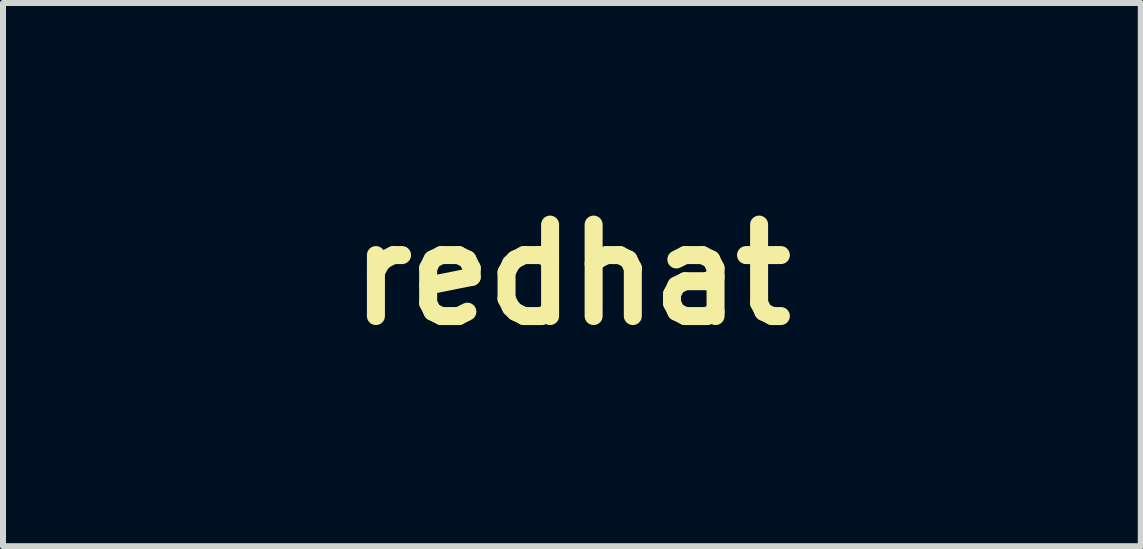
<source format=kicad_pcb>
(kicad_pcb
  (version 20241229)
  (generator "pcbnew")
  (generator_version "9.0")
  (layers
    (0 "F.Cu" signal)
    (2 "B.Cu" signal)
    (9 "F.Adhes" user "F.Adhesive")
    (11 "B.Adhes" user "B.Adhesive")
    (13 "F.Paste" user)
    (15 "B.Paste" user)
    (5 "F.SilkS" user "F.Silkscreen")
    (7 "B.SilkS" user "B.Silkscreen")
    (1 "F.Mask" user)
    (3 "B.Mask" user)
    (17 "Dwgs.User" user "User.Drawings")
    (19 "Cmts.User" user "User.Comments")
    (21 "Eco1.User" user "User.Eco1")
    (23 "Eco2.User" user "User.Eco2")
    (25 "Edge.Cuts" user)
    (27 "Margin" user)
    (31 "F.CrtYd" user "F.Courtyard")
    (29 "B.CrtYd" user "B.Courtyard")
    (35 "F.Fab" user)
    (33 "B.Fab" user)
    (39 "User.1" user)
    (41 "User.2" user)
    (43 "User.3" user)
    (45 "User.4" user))
  (footprint "redhat"
    (layer "F.Cu")
    (at 6.481 1.528)
    (property "Reference" "redhat" (at 0 0 0) (layer "F.SilkS") (effects (font (size 1.524 1.524) (thickness 0.3))))
    (attr through_hole)
    (fp_poly (pts (xy 4.223 -0.773) (xy 4.223 0.794) (xy 3.842 0.794) (xy 3.842 0.18) (xy 3.207 0.18) (xy 3.204 0.484) (xy 3.201 0.788) (xy 3.008 0.791) (xy 2.815 0.794) (xy 2.815 -0.773) (xy 3.207 -0.773) (xy 3.207 -0.169) (xy 3.836 -0.175) (xy 3.839 -0.474) (xy 3.842 -0.773) (xy 4.032 -0.773) (xy 4.223 -0.773)) (stroke (width 0.01) (type solid)) (fill no) (layer "Eco2.User"))
    (fp_poly (pts (xy 6.149 -0.392) (xy 6.477 -0.392) (xy 6.477 -0.085) (xy 6.149 -0.085) (xy 6.149 0.164) (xy 6.149 0.259) (xy 6.151 0.335) (xy 6.154 0.39) (xy 6.158 0.426) (xy 6.161 0.438) (xy 6.185 0.468) (xy 6.223 0.487) (xy 6.279 0.495) (xy 6.333 0.494) (xy 6.377 0.49) (xy 6.415 0.486) (xy 6.44 0.482) (xy 6.443 0.481) (xy 6.466 0.474) (xy 6.466 0.771) (xy 6.411 0.784) (xy 6.362 0.792) (xy 6.302 0.797) (xy 6.236 0.8) (xy 6.17 0.801) (xy 6.11 0.798) (xy 6.062 0.792) (xy 6.046 0.789) (xy 5.975 0.764) (xy 5.92 0.733) (xy 5.873 0.691) (xy 5.865 0.682) (xy 5.844 0.657) (xy 5.827 0.634) (xy 5.813 0.609) (xy 5.803 0.581) (xy 5.795 0.546) (xy 5.79 0.502) (xy 5.786 0.447) (xy 5.784 0.377) (xy 5.782 0.291) (xy 5.781 0.225) (xy 5.777 -0.085) (xy 5.546 -0.085) (xy 5.546 -0.392) (xy 5.779 -0.392) (xy 5.779 -0.695) (xy 5.94 -0.729) (xy 5.997 -0.741) (xy 6.049 -0.753) (xy 6.091 -0.762) (xy 6.118 -0.768) (xy 6.125 -0.769) (xy 6.149 -0.775) (xy 6.149 -0.392)) (stroke (width 0.01) (type solid)) (fill no) (layer "Eco2.User"))
    (fp_poly (pts (xy -1.267 -0.772) (xy -1.147 -0.772) (xy -1.046 -0.772) (xy -0.962 -0.77) (xy -0.892 -0.768) (xy -0.835 -0.765) (xy -0.788 -0.76) (xy -0.748 -0.754) (xy -0.714 -0.746) (xy -0.684 -0.736) (xy -0.654 -0.723) (xy -0.624 -0.708) (xy -0.614 -0.703) (xy -0.533 -0.649) (xy -0.466 -0.582) (xy -0.414 -0.505) (xy -0.379 -0.421) (xy -0.359 -0.331) (xy -0.357 -0.24) (xy -0.372 -0.149) (xy -0.405 -0.061) (xy -0.456 0.021) (xy -0.471 0.039) (xy -0.5 0.068) (xy -0.539 0.101) (xy -0.577 0.128) (xy -0.646 0.172) (xy -0.626 0.205) (xy -0.613 0.227) (xy -0.593 0.262) (xy -0.567 0.309) (xy -0.537 0.364) (xy -0.504 0.424) (xy -0.469 0.488) (xy -0.434 0.552) (xy -0.4 0.613) (xy -0.37 0.67) (xy -0.344 0.718) (xy -0.324 0.756) (xy -0.311 0.78) (xy -0.307 0.788) (xy -0.317 0.79) (xy -0.345 0.791) (xy -0.388 0.793) (xy -0.443 0.793) (xy -0.506 0.794) (xy -0.521 0.794) (xy -0.736 0.794) (xy -0.884 0.508) (xy -1.032 0.222) (xy -1.177 0.222) (xy -1.323 0.222) (xy -1.323 0.794) (xy -1.704 0.794) (xy -1.704 -0.094) (xy -1.323 -0.094) (xy -1.091 -0.097) (xy -1.015 -0.098) (xy -0.956 -0.1) (xy -0.913 -0.102) (xy -0.883 -0.104) (xy -0.861 -0.108) (xy -0.846 -0.112) (xy -0.834 -0.119) (xy -0.829 -0.123) (xy -0.784 -0.167) (xy -0.758 -0.219) (xy -0.751 -0.269) (xy -0.76 -0.327) (xy -0.785 -0.373) (xy -0.829 -0.409) (xy -0.838 -0.415) (xy -0.855 -0.423) (xy -0.871 -0.429) (xy -0.891 -0.434) (xy -0.918 -0.436) (xy -0.954 -0.438) (xy -1.004 -0.439) (xy -1.07 -0.439) (xy -1.101 -0.439) (xy -1.318 -0.439) (xy -1.321 -0.266) (xy -1.323 -0.094) (xy -1.704 -0.094) (xy -1.704 -0.773) (xy -1.267 -0.772)) (stroke (width 0.01) (type solid)) (fill no) (layer "Eco2.User"))
    (fp_poly (pts (xy 0.355 -0.408) (xy 0.462 -0.387) (xy 0.561 -0.348) (xy 0.651 -0.291) (xy 0.73 -0.217) (xy 0.795 -0.128) (xy 0.797 -0.126) (xy 0.834 -0.055) (xy 0.859 0.015) (xy 0.876 0.093) (xy 0.885 0.183) (xy 0.886 0.204) (xy 0.892 0.328) (xy 0.052 0.328) (xy 0.064 0.35) (xy 0.097 0.396) (xy 0.142 0.438) (xy 0.192 0.472) (xy 0.204 0.477) (xy 0.272 0.498) (xy 0.347 0.504) (xy 0.421 0.496) (xy 0.487 0.474) (xy 0.521 0.456) (xy 0.549 0.441) (xy 0.562 0.433) (xy 0.571 0.43) (xy 0.584 0.433) (xy 0.603 0.445) (xy 0.631 0.468) (xy 0.671 0.502) (xy 0.697 0.525) (xy 0.815 0.63) (xy 0.776 0.664) (xy 0.732 0.695) (xy 0.676 0.728) (xy 0.614 0.757) (xy 0.555 0.781) (xy 0.529 0.789) (xy 0.468 0.801) (xy 0.394 0.808) (xy 0.317 0.81) (xy 0.243 0.808) (xy 0.181 0.8) (xy 0.175 0.798) (xy 0.071 0.766) (xy -0.025 0.719) (xy -0.112 0.657) (xy -0.184 0.585) (xy -0.206 0.557) (xy -0.263 0.46) (xy -0.301 0.36) (xy -0.32 0.258) (xy -0.322 0.157) (xy -0.307 0.058) (xy -0.302 0.043) (xy 0.055 0.043) (xy 0.061 0.052) (xy 0.079 0.058) (xy 0.111 0.061) (xy 0.158 0.063) (xy 0.223 0.063) (xy 0.292 0.064) (xy 0.531 0.064) (xy 0.506 0.02) (xy 0.463 -0.037) (xy 0.41 -0.079) (xy 0.35 -0.103) (xy 0.286 -0.112) (xy 0.222 -0.103) (xy 0.161 -0.078) (xy 0.107 -0.035) (xy 0.088 -0.012) (xy 0.07 0.011) (xy 0.058 0.029) (xy 0.055 0.043) (xy -0.302 0.043) (xy -0.276 -0.037) (xy -0.231 -0.125) (xy -0.171 -0.205) (xy -0.099 -0.275) (xy -0.015 -0.332) (xy 0.081 -0.376) (xy 0.186 -0.403) (xy 0.242 -0.409) (xy 0.355 -0.408)) (stroke (width 0.01) (type solid)) (fill no) (layer "Eco2.User"))
    (fp_poly (pts (xy 2.267 -0.836) (xy 2.269 -0.805) (xy 2.271 -0.755) (xy 2.272 -0.685) (xy 2.273 -0.598) (xy 2.274 -0.493) (xy 2.275 -0.371) (xy 2.275 -0.234) (xy 2.275 -0.081) (xy 2.275 -0.026) (xy 2.275 0.794) (xy 1.916 0.794) (xy 1.916 0.711) (xy 1.86 0.741) (xy 1.777 0.776) (xy 1.684 0.797) (xy 1.588 0.804) (xy 1.494 0.797) (xy 1.453 0.788) (xy 1.391 0.769) (xy 1.338 0.746) (xy 1.286 0.716) (xy 1.261 0.7) (xy 1.176 0.629) (xy 1.106 0.546) (xy 1.055 0.452) (xy 1.021 0.348) (xy 1.006 0.235) (xy 1.005 0.202) (xy 1.006 0.194) (xy 1.364 0.194) (xy 1.373 0.272) (xy 1.4 0.341) (xy 1.442 0.399) (xy 1.496 0.444) (xy 1.561 0.475) (xy 1.634 0.491) (xy 1.713 0.491) (xy 1.796 0.472) (xy 1.801 0.47) (xy 1.839 0.453) (xy 1.875 0.432) (xy 1.88 0.428) (xy 1.916 0.401) (xy 1.916 -0.01) (xy 1.876 -0.036) (xy 1.799 -0.074) (xy 1.715 -0.092) (xy 1.648 -0.093) (xy 1.566 -0.079) (xy 1.496 -0.048) (xy 1.439 -0.003) (xy 1.397 0.055) (xy 1.372 0.124) (xy 1.364 0.194) (xy 1.006 0.194) (xy 1.013 0.092) (xy 1.036 -0.007) (xy 1.075 -0.095) (xy 1.133 -0.178) (xy 1.174 -0.223) (xy 1.258 -0.296) (xy 1.346 -0.349) (xy 1.441 -0.384) (xy 1.539 -0.401) (xy 1.646 -0.405) (xy 1.752 -0.39) (xy 1.861 -0.358) (xy 1.897 -0.344) (xy 1.903 -0.343) (xy 1.908 -0.346) (xy 1.911 -0.357) (xy 1.913 -0.379) (xy 1.915 -0.413) (xy 1.915 -0.462) (xy 1.916 -0.528) (xy 1.916 -0.554) (xy 1.916 -0.627) (xy 1.916 -0.682) (xy 1.917 -0.722) (xy 1.92 -0.748) (xy 1.923 -0.764) (xy 1.927 -0.773) (xy 1.933 -0.776) (xy 1.934 -0.776) (xy 1.953 -0.781) (xy 1.987 -0.789) (xy 2.031 -0.799) (xy 2.081 -0.809) (xy 2.133 -0.82) (xy 2.181 -0.83) (xy 2.223 -0.839) (xy 2.252 -0.845) (xy 2.265 -0.847) (xy 2.267 -0.836)) (stroke (width 0.01) (type solid)) (fill no) (layer "Eco2.User"))
    (fp_poly (pts (xy -4.375 -1.517) (xy -4.307 -1.503) (xy -4.228 -1.482) (xy -4.141 -1.455) (xy -4.048 -1.423) (xy -3.952 -1.387) (xy -3.856 -1.348) (xy -3.761 -1.307) (xy -3.672 -1.265) (xy -3.59 -1.223) (xy -3.518 -1.183) (xy -3.459 -1.144) (xy -3.44 -1.129) (xy -3.415 -1.109) (xy -3.395 -1.089) (xy -3.376 -1.067) (xy -3.36 -1.041) (xy -3.344 -1.008) (xy -3.329 -0.967) (xy -3.313 -0.916) (xy -3.295 -0.851) (xy -3.276 -0.772) (xy -3.253 -0.676) (xy -3.233 -0.59) (xy -3.206 -0.475) (xy -3.185 -0.379) (xy -3.168 -0.299) (xy -3.156 -0.234) (xy -3.148 -0.18) (xy -3.144 -0.136) (xy -3.144 -0.1) (xy -3.147 -0.069) (xy -3.153 -0.042) (xy -3.163 -0.017) (xy -3.168 -0.005) (xy -3.208 0.056) (xy -3.266 0.11) (xy -3.34 0.155) (xy -3.428 0.191) (xy -3.488 0.208) (xy -3.521 0.213) (xy -3.571 0.218) (xy -3.633 0.222) (xy -3.702 0.225) (xy -3.775 0.228) (xy -3.848 0.23) (xy -3.914 0.23) (xy -3.971 0.229) (xy -4.014 0.227) (xy -4.022 0.226) (xy -4.249 0.192) (xy -4.462 0.143) (xy -4.665 0.08) (xy -4.859 0.001) (xy -4.927 -0.031) (xy -5.037 -0.089) (xy -5.141 -0.151) (xy -5.239 -0.215) (xy -5.328 -0.281) (xy -5.406 -0.346) (xy -5.473 -0.409) (xy -5.526 -0.47) (xy -5.563 -0.526) (xy -5.584 -0.576) (xy -5.588 -0.604) (xy -5.584 -0.623) (xy -5.575 -0.659) (xy -5.56 -0.709) (xy -5.54 -0.77) (xy -5.518 -0.839) (xy -5.493 -0.912) (xy -5.467 -0.988) (xy -5.44 -1.063) (xy -5.415 -1.134) (xy -5.391 -1.197) (xy -5.371 -1.251) (xy -5.354 -1.292) (xy -5.344 -1.313) (xy -5.302 -1.383) (xy -5.254 -1.435) (xy -5.199 -1.467) (xy -5.137 -1.481) (xy -5.067 -1.477) (xy -4.986 -1.455) (xy -4.916 -1.426) (xy -4.842 -1.394) (xy -4.782 -1.375) (xy -4.731 -1.368) (xy -4.686 -1.374) (xy -4.642 -1.393) (xy -4.595 -1.426) (xy -4.566 -1.45) (xy -4.531 -1.48) (xy -4.499 -1.503) (xy -4.475 -1.518) (xy -4.469 -1.52) (xy -4.43 -1.523) (xy -4.375 -1.517)) (stroke (width 0.01) (type solid)) (fill no) (layer "Eco2.User"))
    (fp_poly (pts (xy -5.667 -0.452) (xy -5.663 -0.447) (xy -5.664 -0.438) (xy -5.667 -0.431) (xy -5.683 -0.352) (xy -5.686 -0.278) (xy -5.673 -0.208) (xy -5.644 -0.137) (xy -5.598 -0.065) (xy -5.533 0.012) (xy -5.488 0.059) (xy -5.374 0.16) (xy -5.242 0.255) (xy -5.095 0.343) (xy -4.935 0.423) (xy -4.766 0.493) (xy -4.589 0.552) (xy -4.407 0.599) (xy -4.224 0.634) (xy -4.138 0.645) (xy -3.966 0.659) (xy -3.809 0.663) (xy -3.668 0.654) (xy -3.54 0.634) (xy -3.423 0.601) (xy -3.328 0.562) (xy -3.238 0.511) (xy -3.168 0.452) (xy -3.117 0.386) (xy -3.085 0.31) (xy -3.072 0.225) (xy -3.077 0.13) (xy -3.085 0.086) (xy -3.092 0.046) (xy -3.097 0.014) (xy -3.098 -0.005) (xy -3.098 -0.007) (xy -3.086 -0.005) (xy -3.062 0.005) (xy -3.028 0.02) (xy -3.025 0.022) (xy -2.903 0.091) (xy -2.792 0.169) (xy -2.693 0.256) (xy -2.609 0.348) (xy -2.54 0.444) (xy -2.489 0.542) (xy -2.457 0.64) (xy -2.457 0.643) (xy -2.446 0.745) (xy -2.453 0.85) (xy -2.478 0.955) (xy -2.52 1.057) (xy -2.577 1.151) (xy -2.596 1.175) (xy -2.671 1.253) (xy -2.765 1.323) (xy -2.877 1.384) (xy -3.005 1.435) (xy -3.148 1.476) (xy -3.249 1.498) (xy -3.296 1.505) (xy -3.351 1.51) (xy -3.419 1.514) (xy -3.501 1.517) (xy -3.601 1.519) (xy -3.609 1.519) (xy -3.683 1.52) (xy -3.752 1.52) (xy -3.812 1.52) (xy -3.861 1.519) (xy -3.894 1.518) (xy -3.905 1.518) (xy -4.039 1.501) (xy -4.157 1.484) (xy -4.262 1.467) (xy -4.355 1.449) (xy -4.558 1.402) (xy -4.758 1.347) (xy -4.953 1.283) (xy -5.142 1.212) (xy -5.323 1.134) (xy -5.496 1.051) (xy -5.66 0.963) (xy -5.812 0.87) (xy -5.952 0.774) (xy -6.078 0.675) (xy -6.189 0.574) (xy -6.284 0.472) (xy -6.362 0.37) (xy -6.421 0.268) (xy -6.457 0.177) (xy -6.472 0.106) (xy -6.476 0.03) (xy -6.471 -0.045) (xy -6.455 -0.11) (xy -6.447 -0.13) (xy -6.406 -0.202) (xy -6.35 -0.264) (xy -6.278 -0.316) (xy -6.19 -0.36) (xy -6.084 -0.396) (xy -5.96 -0.423) (xy -5.817 -0.443) (xy -5.801 -0.444) (xy -5.744 -0.45) (xy -5.705 -0.453) (xy -5.68 -0.454) (xy -5.667 -0.452)) (stroke (width 0.01) (type solid)) (fill no) (layer "Eco2.User"))
    (fp_poly (pts (xy 4.988 -0.406) (xy 5.039 -0.405) (xy 5.077 -0.403) (xy 5.107 -0.399) (xy 5.134 -0.393) (xy 5.161 -0.384) (xy 5.164 -0.383) (xy 5.254 -0.342) (xy 5.327 -0.289) (xy 5.383 -0.225) (xy 5.385 -0.222) (xy 5.402 -0.197) (xy 5.416 -0.173) (xy 5.427 -0.148) (xy 5.436 -0.121) (xy 5.443 -0.088) (xy 5.448 -0.048) (xy 5.451 0.001) (xy 5.454 0.062) (xy 5.455 0.137) (xy 5.456 0.228) (xy 5.456 0.337) (xy 5.456 0.37) (xy 5.456 0.788) (xy 5.096 0.788) (xy 5.093 0.759) (xy 5.088 0.737) (xy 5.077 0.732) (xy 5.057 0.745) (xy 5.054 0.747) (xy 5.016 0.767) (xy 4.963 0.784) (xy 4.9 0.797) (xy 4.832 0.806) (xy 4.765 0.81) (xy 4.704 0.807) (xy 4.683 0.804) (xy 4.587 0.778) (xy 4.505 0.738) (xy 4.44 0.685) (xy 4.39 0.619) (xy 4.357 0.54) (xy 4.345 0.48) (xy 4.345 0.444) (xy 4.667 0.444) (xy 4.677 0.48) (xy 4.704 0.511) (xy 4.747 0.534) (xy 4.805 0.547) (xy 4.874 0.549) (xy 4.945 0.54) (xy 4.995 0.526) (xy 5.064 0.503) (xy 5.067 0.427) (xy 5.068 0.387) (xy 5.066 0.363) (xy 5.06 0.35) (xy 5.051 0.344) (xy 5.028 0.339) (xy 4.99 0.335) (xy 4.942 0.332) (xy 4.89 0.33) (xy 4.84 0.329) (xy 4.799 0.331) (xy 4.778 0.333) (xy 4.729 0.348) (xy 4.693 0.374) (xy 4.673 0.407) (xy 4.667 0.444) (xy 4.345 0.444) (xy 4.345 0.415) (xy 4.358 0.346) (xy 4.384 0.28) (xy 4.402 0.249) (xy 4.451 0.196) (xy 4.517 0.152) (xy 4.598 0.119) (xy 4.691 0.098) (xy 4.795 0.088) (xy 4.906 0.09) (xy 4.942 0.093) (xy 4.991 0.099) (xy 5.033 0.105) (xy 5.062 0.11) (xy 5.074 0.112) (xy 5.085 0.108) (xy 5.091 0.089) (xy 5.092 0.059) (xy 5.088 0.026) (xy 5.08 -0.006) (xy 5.07 -0.029) (xy 5.047 -0.058) (xy 5.02 -0.079) (xy 4.983 -0.092) (xy 4.933 -0.099) (xy 4.868 -0.1) (xy 4.817 -0.1) (xy 4.777 -0.097) (xy 4.74 -0.091) (xy 4.7 -0.08) (xy 4.648 -0.063) (xy 4.638 -0.059) (xy 4.591 -0.044) (xy 4.552 -0.032) (xy 4.526 -0.024) (xy 4.515 -0.022) (xy 4.515 -0.022) (xy 4.509 -0.033) (xy 4.495 -0.059) (xy 4.476 -0.096) (xy 4.453 -0.142) (xy 4.447 -0.155) (xy 4.382 -0.284) (xy 4.459 -0.316) (xy 4.506 -0.334) (xy 4.563 -0.353) (xy 4.621 -0.371) (xy 4.642 -0.377) (xy 4.684 -0.388) (xy 4.721 -0.396) (xy 4.759 -0.401) (xy 4.801 -0.404) (xy 4.854 -0.406) (xy 4.921 -0.406) (xy 4.988 -0.406)) (stroke (width 0.01) (type solid)) (fill no) (layer "Eco2.User")))
  (gr_rect
    (start -3 -3)
    (end 15.963 6.053)
    (stroke (width 0.1) (type default))
    (fill no)
    (layer "Edge.Cuts")))
</source>
